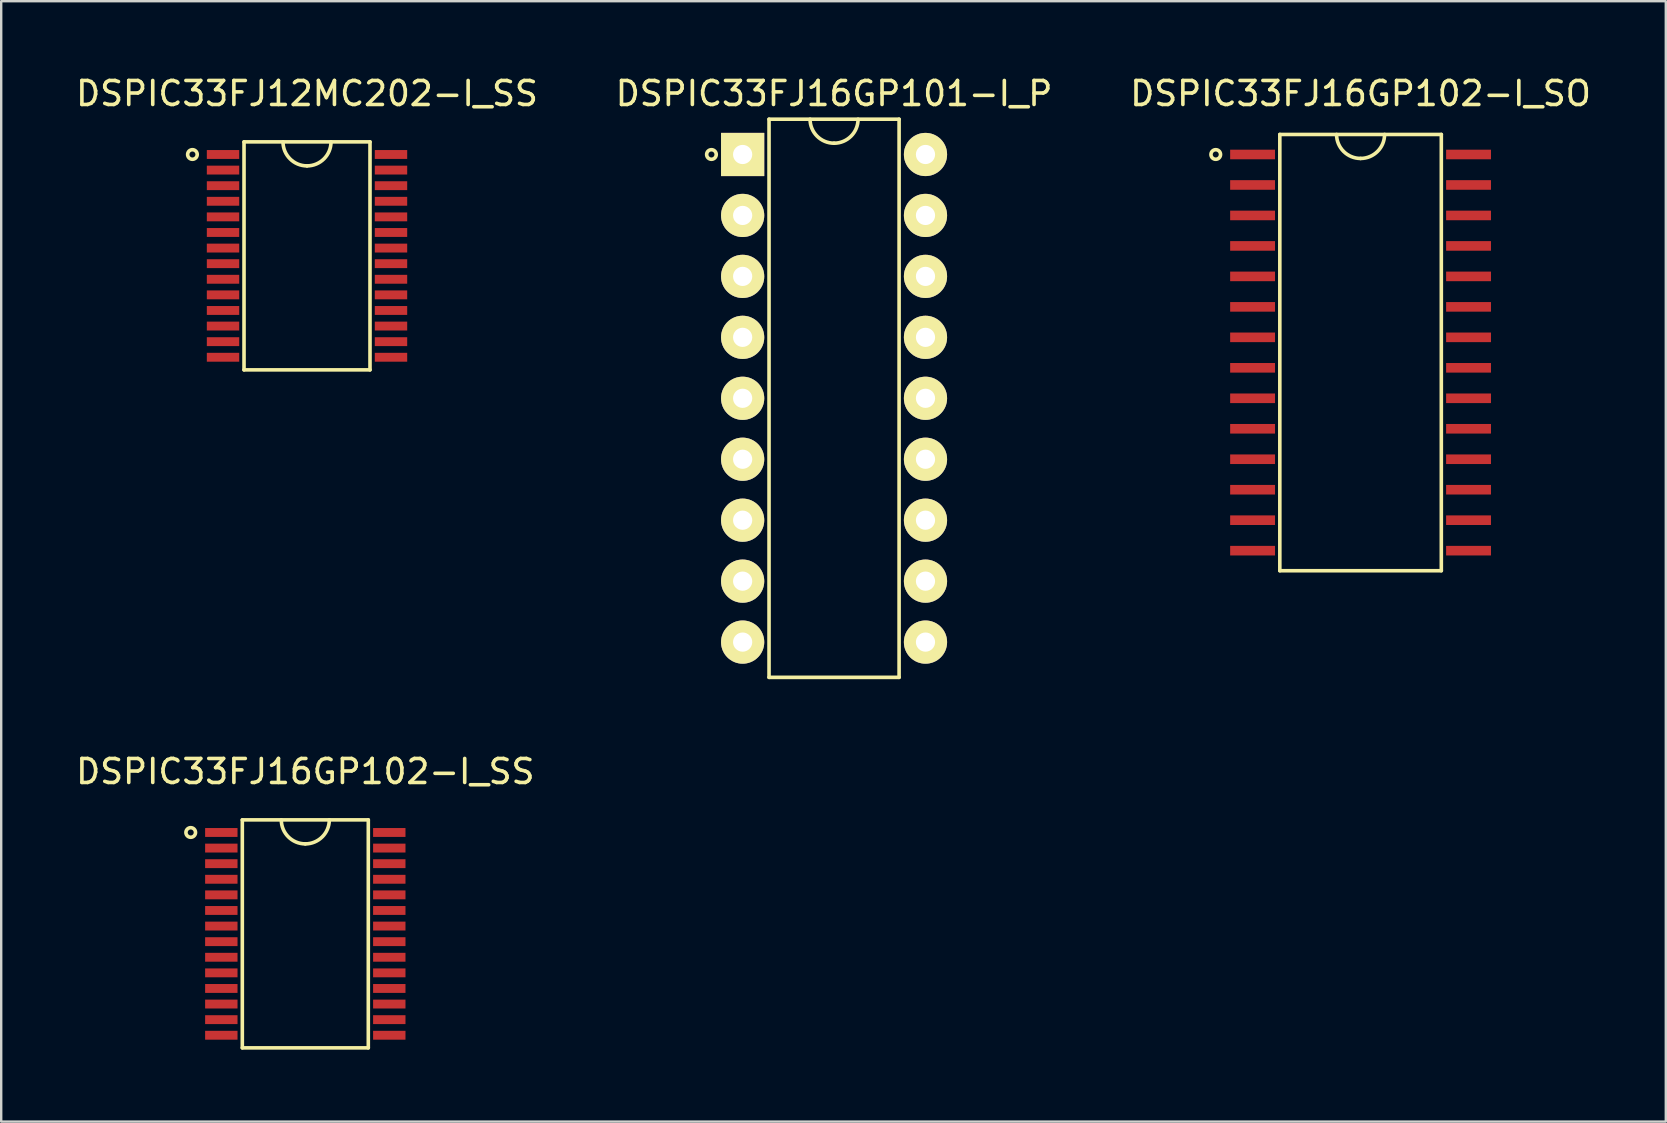
<source format=kicad_pcb>
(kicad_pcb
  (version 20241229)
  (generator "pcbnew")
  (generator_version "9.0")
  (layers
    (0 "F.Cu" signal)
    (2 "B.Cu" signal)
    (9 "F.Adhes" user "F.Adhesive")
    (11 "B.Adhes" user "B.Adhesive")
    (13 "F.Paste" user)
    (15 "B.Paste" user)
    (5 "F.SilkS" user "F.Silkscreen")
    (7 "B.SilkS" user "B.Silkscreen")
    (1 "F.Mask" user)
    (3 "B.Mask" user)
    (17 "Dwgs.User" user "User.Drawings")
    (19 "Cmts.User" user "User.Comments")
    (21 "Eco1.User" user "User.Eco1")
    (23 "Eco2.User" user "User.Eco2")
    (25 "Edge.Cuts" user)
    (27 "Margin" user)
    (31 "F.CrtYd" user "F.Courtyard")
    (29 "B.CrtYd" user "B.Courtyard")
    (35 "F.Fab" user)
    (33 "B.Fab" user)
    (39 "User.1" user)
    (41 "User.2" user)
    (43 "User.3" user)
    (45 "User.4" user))
  (footprint "DSPIC33FJ12MC202-I_SS"
    (layer "F.Cu")
    (at 6.244 3.388)
    (property "Reference" "DSPIC33FJ12MC202-I_SS" (at 3.5 -2.54 0) (layer "F.SilkS") (effects (font (size 1 1) (thickness 0.15))))
    (attr through_hole)
    (fp_line (start 0.875 -0.525) (end 6.125 -0.525) (stroke (width 0.15) (type solid)) (layer "F.SilkS"))
    (fp_line (start 0.875 8.975) (end 0.875 -0.525) (stroke (width 0.15) (type solid)) (layer "F.SilkS"))
    (fp_line (start 6.125 -0.525) (end 6.125 8.975) (stroke (width 0.15) (type solid)) (layer "F.SilkS"))
    (fp_line (start 6.125 8.975) (end 0.875 8.975) (stroke (width 0.15) (type solid)) (layer "F.SilkS"))
    (fp_arc (start 3.5 0.475) (mid 2.792893 0.182107) (end 2.5 -0.525) (stroke (width 0.15) (type solid)) (layer "F.SilkS"))
    (fp_arc (start 4.5 -0.525) (mid 4.207107 0.182107) (end 3.5 0.475) (stroke (width 0.15) (type solid)) (layer "F.SilkS"))
    (fp_circle (center -1.275 0) (end -1.275 0.2) (stroke (width 0.15) (type solid)) (fill no) (layer "F.SilkS"))
    (pad "1" smd rect (at 0 0) (size 1.35 0.37) (layers "F.Cu" "F.Mask" "F.Paste"))
    (pad "2" smd rect (at 0 0.65) (size 1.35 0.37) (layers "F.Cu" "F.Mask" "F.Paste"))
    (pad "3" smd rect (at 0 1.3) (size 1.35 0.37) (layers "F.Cu" "F.Mask" "F.Paste"))
    (pad "4" smd rect (at 0 1.95) (size 1.35 0.37) (layers "F.Cu" "F.Mask" "F.Paste"))
    (pad "5" smd rect (at 0 2.6) (size 1.35 0.37) (layers "F.Cu" "F.Mask" "F.Paste"))
    (pad "6" smd rect (at 0 3.25) (size 1.35 0.37) (layers "F.Cu" "F.Mask" "F.Paste"))
    (pad "7" smd rect (at 0 3.9) (size 1.35 0.37) (layers "F.Cu" "F.Mask" "F.Paste"))
    (pad "8" smd rect (at 0 4.55) (size 1.35 0.37) (layers "F.Cu" "F.Mask" "F.Paste"))
    (pad "9" smd rect (at 0 5.2) (size 1.35 0.37) (layers "F.Cu" "F.Mask" "F.Paste"))
    (pad "10" smd rect (at 0 5.85) (size 1.35 0.37) (layers "F.Cu" "F.Mask" "F.Paste"))
    (pad "11" smd rect (at 0 6.5) (size 1.35 0.37) (layers "F.Cu" "F.Mask" "F.Paste"))
    (pad "12" smd rect (at 0 7.15) (size 1.35 0.37) (layers "F.Cu" "F.Mask" "F.Paste"))
    (pad "13" smd rect (at 0 7.8) (size 1.35 0.37) (layers "F.Cu" "F.Mask" "F.Paste"))
    (pad "14" smd rect (at 0 8.45) (size 1.35 0.37) (layers "F.Cu" "F.Mask" "F.Paste"))
    (pad "15" smd rect (at 7 8.45) (size 1.35 0.37) (layers "F.Cu" "F.Mask" "F.Paste"))
    (pad "16" smd rect (at 7 7.8) (size 1.35 0.37) (layers "F.Cu" "F.Mask" "F.Paste"))
    (pad "17" smd rect (at 7 7.15) (size 1.35 0.37) (layers "F.Cu" "F.Mask" "F.Paste"))
    (pad "18" smd rect (at 7 6.5) (size 1.35 0.37) (layers "F.Cu" "F.Mask" "F.Paste"))
    (pad "19" smd rect (at 7 5.85) (size 1.35 0.37) (layers "F.Cu" "F.Mask" "F.Paste"))
    (pad "20" smd rect (at 7 5.2) (size 1.35 0.37) (layers "F.Cu" "F.Mask" "F.Paste"))
    (pad "21" smd rect (at 7 4.55) (size 1.35 0.37) (layers "F.Cu" "F.Mask" "F.Paste"))
    (pad "22" smd rect (at 7 3.9) (size 1.35 0.37) (layers "F.Cu" "F.Mask" "F.Paste"))
    (pad "23" smd rect (at 7 3.25) (size 1.35 0.37) (layers "F.Cu" "F.Mask" "F.Paste"))
    (pad "24" smd rect (at 7 2.6) (size 1.35 0.37) (layers "F.Cu" "F.Mask" "F.Paste"))
    (pad "25" smd rect (at 7 1.95) (size 1.35 0.37) (layers "F.Cu" "F.Mask" "F.Paste"))
    (pad "26" smd rect (at 7 1.3) (size 1.35 0.37) (layers "F.Cu" "F.Mask" "F.Paste"))
    (pad "27" smd rect (at 7 0.65) (size 1.35 0.37) (layers "F.Cu" "F.Mask" "F.Paste"))
    (pad "28" smd rect (at 7 0) (size 1.35 0.37) (layers "F.Cu" "F.Mask" "F.Paste")))
  (footprint "DSPIC33FJ16GP102-I_SS"
    (layer "F.Cu")
    (at 6.173 31.642)
    (property "Reference" "DSPIC33FJ16GP102-I_SS" (at 3.5 -2.54 0) (layer "F.SilkS") (effects (font (size 1 1) (thickness 0.15))))
    (attr through_hole)
    (fp_line (start 0.875 -0.525) (end 6.125 -0.525) (stroke (width 0.15) (type solid)) (layer "F.SilkS"))
    (fp_line (start 0.875 8.975) (end 0.875 -0.525) (stroke (width 0.15) (type solid)) (layer "F.SilkS"))
    (fp_line (start 6.125 -0.525) (end 6.125 8.975) (stroke (width 0.15) (type solid)) (layer "F.SilkS"))
    (fp_line (start 6.125 8.975) (end 0.875 8.975) (stroke (width 0.15) (type solid)) (layer "F.SilkS"))
    (fp_arc (start 3.5 0.475) (mid 2.792893 0.182107) (end 2.5 -0.525) (stroke (width 0.15) (type solid)) (layer "F.SilkS"))
    (fp_arc (start 4.5 -0.525) (mid 4.207107 0.182107) (end 3.5 0.475) (stroke (width 0.15) (type solid)) (layer "F.SilkS"))
    (fp_circle (center -1.275 0) (end -1.275 0.2) (stroke (width 0.15) (type solid)) (fill no) (layer "F.SilkS"))
    (pad "1" smd rect (at 0 0) (size 1.35 0.37) (layers "F.Cu" "F.Mask" "F.Paste"))
    (pad "2" smd rect (at 0 0.65) (size 1.35 0.37) (layers "F.Cu" "F.Mask" "F.Paste"))
    (pad "3" smd rect (at 0 1.3) (size 1.35 0.37) (layers "F.Cu" "F.Mask" "F.Paste"))
    (pad "4" smd rect (at 0 1.95) (size 1.35 0.37) (layers "F.Cu" "F.Mask" "F.Paste"))
    (pad "5" smd rect (at 0 2.6) (size 1.35 0.37) (layers "F.Cu" "F.Mask" "F.Paste"))
    (pad "6" smd rect (at 0 3.25) (size 1.35 0.37) (layers "F.Cu" "F.Mask" "F.Paste"))
    (pad "7" smd rect (at 0 3.9) (size 1.35 0.37) (layers "F.Cu" "F.Mask" "F.Paste"))
    (pad "8" smd rect (at 0 4.55) (size 1.35 0.37) (layers "F.Cu" "F.Mask" "F.Paste"))
    (pad "9" smd rect (at 0 5.2) (size 1.35 0.37) (layers "F.Cu" "F.Mask" "F.Paste"))
    (pad "10" smd rect (at 0 5.85) (size 1.35 0.37) (layers "F.Cu" "F.Mask" "F.Paste"))
    (pad "11" smd rect (at 0 6.5) (size 1.35 0.37) (layers "F.Cu" "F.Mask" "F.Paste"))
    (pad "12" smd rect (at 0 7.15) (size 1.35 0.37) (layers "F.Cu" "F.Mask" "F.Paste"))
    (pad "13" smd rect (at 0 7.8) (size 1.35 0.37) (layers "F.Cu" "F.Mask" "F.Paste"))
    (pad "14" smd rect (at 0 8.45) (size 1.35 0.37) (layers "F.Cu" "F.Mask" "F.Paste"))
    (pad "15" smd rect (at 7 8.45) (size 1.35 0.37) (layers "F.Cu" "F.Mask" "F.Paste"))
    (pad "16" smd rect (at 7 7.8) (size 1.35 0.37) (layers "F.Cu" "F.Mask" "F.Paste"))
    (pad "17" smd rect (at 7 7.15) (size 1.35 0.37) (layers "F.Cu" "F.Mask" "F.Paste"))
    (pad "18" smd rect (at 7 6.5) (size 1.35 0.37) (layers "F.Cu" "F.Mask" "F.Paste"))
    (pad "19" smd rect (at 7 5.85) (size 1.35 0.37) (layers "F.Cu" "F.Mask" "F.Paste"))
    (pad "20" smd rect (at 7 5.2) (size 1.35 0.37) (layers "F.Cu" "F.Mask" "F.Paste"))
    (pad "21" smd rect (at 7 4.55) (size 1.35 0.37) (layers "F.Cu" "F.Mask" "F.Paste"))
    (pad "22" smd rect (at 7 3.9) (size 1.35 0.37) (layers "F.Cu" "F.Mask" "F.Paste"))
    (pad "23" smd rect (at 7 3.25) (size 1.35 0.37) (layers "F.Cu" "F.Mask" "F.Paste"))
    (pad "24" smd rect (at 7 2.6) (size 1.35 0.37) (layers "F.Cu" "F.Mask" "F.Paste"))
    (pad "25" smd rect (at 7 1.95) (size 1.35 0.37) (layers "F.Cu" "F.Mask" "F.Paste"))
    (pad "26" smd rect (at 7 1.3) (size 1.35 0.37) (layers "F.Cu" "F.Mask" "F.Paste"))
    (pad "27" smd rect (at 7 0.65) (size 1.35 0.37) (layers "F.Cu" "F.Mask" "F.Paste"))
    (pad "28" smd rect (at 7 0) (size 1.35 0.37) (layers "F.Cu" "F.Mask" "F.Paste")))
  (footprint "DSPIC33FJ16GP102-I_SO"
    (layer "F.Cu")
    (at 49.149 3.388)
    (property "Reference" "DSPIC33FJ16GP102-I_SO" (at 4.5 -2.54 0) (layer "F.SilkS") (effects (font (size 1 1) (thickness 0.15))))
    (attr through_hole)
    (fp_line (start 1.135 -0.835) (end 7.865 -0.835) (stroke (width 0.15) (type solid)) (layer "F.SilkS"))
    (fp_line (start 1.135 17.345) (end 1.135 -0.835) (stroke (width 0.15) (type solid)) (layer "F.SilkS"))
    (fp_line (start 7.865 -0.835) (end 7.865 17.345) (stroke (width 0.15) (type solid)) (layer "F.SilkS"))
    (fp_line (start 7.865 17.345) (end 1.135 17.345) (stroke (width 0.15) (type solid)) (layer "F.SilkS"))
    (fp_arc (start 4.5 0.165) (mid 3.792893 -0.127893) (end 3.5 -0.835) (stroke (width 0.15) (type solid)) (layer "F.SilkS"))
    (fp_arc (start 5.5 -0.835) (mid 5.207107 -0.127893) (end 4.5 0.165) (stroke (width 0.15) (type solid)) (layer "F.SilkS"))
    (fp_circle (center -1.535 0) (end -1.535 0.2) (stroke (width 0.15) (type solid)) (fill no) (layer "F.SilkS"))
    (pad "1" smd rect (at 0 0) (size 1.87 0.4) (layers "F.Cu" "F.Mask" "F.Paste"))
    (pad "2" smd rect (at 0 1.27) (size 1.87 0.4) (layers "F.Cu" "F.Mask" "F.Paste"))
    (pad "3" smd rect (at 0 2.54) (size 1.87 0.4) (layers "F.Cu" "F.Mask" "F.Paste"))
    (pad "4" smd rect (at 0 3.81) (size 1.87 0.4) (layers "F.Cu" "F.Mask" "F.Paste"))
    (pad "5" smd rect (at 0 5.08) (size 1.87 0.4) (layers "F.Cu" "F.Mask" "F.Paste"))
    (pad "6" smd rect (at 0 6.35) (size 1.87 0.4) (layers "F.Cu" "F.Mask" "F.Paste"))
    (pad "7" smd rect (at 0 7.62) (size 1.87 0.4) (layers "F.Cu" "F.Mask" "F.Paste"))
    (pad "8" smd rect (at 0 8.89) (size 1.87 0.4) (layers "F.Cu" "F.Mask" "F.Paste"))
    (pad "9" smd rect (at 0 10.16) (size 1.87 0.4) (layers "F.Cu" "F.Mask" "F.Paste"))
    (pad "10" smd rect (at 0 11.43) (size 1.87 0.4) (layers "F.Cu" "F.Mask" "F.Paste"))
    (pad "11" smd rect (at 0 12.7) (size 1.87 0.4) (layers "F.Cu" "F.Mask" "F.Paste"))
    (pad "12" smd rect (at 0 13.97) (size 1.87 0.4) (layers "F.Cu" "F.Mask" "F.Paste"))
    (pad "13" smd rect (at 0 15.24) (size 1.87 0.4) (layers "F.Cu" "F.Mask" "F.Paste"))
    (pad "14" smd rect (at 0 16.51) (size 1.87 0.4) (layers "F.Cu" "F.Mask" "F.Paste"))
    (pad "15" smd rect (at 9 16.51) (size 1.87 0.4) (layers "F.Cu" "F.Mask" "F.Paste"))
    (pad "16" smd rect (at 9 15.24) (size 1.87 0.4) (layers "F.Cu" "F.Mask" "F.Paste"))
    (pad "17" smd rect (at 9 13.97) (size 1.87 0.4) (layers "F.Cu" "F.Mask" "F.Paste"))
    (pad "18" smd rect (at 9 12.7) (size 1.87 0.4) (layers "F.Cu" "F.Mask" "F.Paste"))
    (pad "19" smd rect (at 9 11.43) (size 1.87 0.4) (layers "F.Cu" "F.Mask" "F.Paste"))
    (pad "20" smd rect (at 9 10.16) (size 1.87 0.4) (layers "F.Cu" "F.Mask" "F.Paste"))
    (pad "21" smd rect (at 9 8.89) (size 1.87 0.4) (layers "F.Cu" "F.Mask" "F.Paste"))
    (pad "22" smd rect (at 9 7.62) (size 1.87 0.4) (layers "F.Cu" "F.Mask" "F.Paste"))
    (pad "23" smd rect (at 9 6.35) (size 1.87 0.4) (layers "F.Cu" "F.Mask" "F.Paste"))
    (pad "24" smd rect (at 9 5.08) (size 1.87 0.4) (layers "F.Cu" "F.Mask" "F.Paste"))
    (pad "25" smd rect (at 9 3.81) (size 1.87 0.4) (layers "F.Cu" "F.Mask" "F.Paste"))
    (pad "26" smd rect (at 9 2.54) (size 1.87 0.4) (layers "F.Cu" "F.Mask" "F.Paste"))
    (pad "27" smd rect (at 9 1.27) (size 1.87 0.4) (layers "F.Cu" "F.Mask" "F.Paste"))
    (pad "28" smd rect (at 9 0) (size 1.87 0.4) (layers "F.Cu" "F.Mask" "F.Paste")))
  (footprint "DSPIC33FJ16GP101-I_P"
    (layer "F.Cu")
    (at 27.898 3.388)
    (property "Reference" "DSPIC33FJ16GP101-I_P" (at 3.81 -2.54 0) (layer "F.SilkS") (effects (font (size 1 1) (thickness 0.15))))
    (attr through_hole)
    (fp_line (start 1.1 -1.47) (end 6.52 -1.47) (stroke (width 0.15) (type solid)) (layer "F.SilkS"))
    (fp_line (start 1.1 21.79) (end 1.1 -1.47) (stroke (width 0.15) (type solid)) (layer "F.SilkS"))
    (fp_line (start 6.52 -1.47) (end 6.52 21.79) (stroke (width 0.15) (type solid)) (layer "F.SilkS"))
    (fp_line (start 6.52 21.79) (end 1.1 21.79) (stroke (width 0.15) (type solid)) (layer "F.SilkS"))
    (fp_arc (start 3.81 -0.47) (mid 3.102893 -0.762893) (end 2.81 -1.47) (stroke (width 0.15) (type solid)) (layer "F.SilkS"))
    (fp_arc (start 4.81 -1.47) (mid 4.517107 -0.762893) (end 3.81 -0.47) (stroke (width 0.15) (type solid)) (layer "F.SilkS"))
    (fp_circle (center -1.3 0) (end -1.3 0.2) (stroke (width 0.15) (type solid)) (fill no) (layer "F.SilkS"))
    (pad "1" thru_hole rect (at 0 0) (size 1.8 1.8) (drill 0.8) (layers "*.Cu" "*.Mask" "F.SilkS"))
    (pad "2" thru_hole circle (at 0 2.54) (size 1.8 1.8) (drill 0.8) (layers "*.Cu" "*.Mask" "F.SilkS"))
    (pad "3" thru_hole circle (at 0 5.08) (size 1.8 1.8) (drill 0.8) (layers "*.Cu" "*.Mask" "F.SilkS"))
    (pad "4" thru_hole circle (at 0 7.62) (size 1.8 1.8) (drill 0.8) (layers "*.Cu" "*.Mask" "F.SilkS"))
    (pad "5" thru_hole circle (at 0 10.16) (size 1.8 1.8) (drill 0.8) (layers "*.Cu" "*.Mask" "F.SilkS"))
    (pad "6" thru_hole circle (at 0 12.7) (size 1.8 1.8) (drill 0.8) (layers "*.Cu" "*.Mask" "F.SilkS"))
    (pad "7" thru_hole circle (at 0 15.24) (size 1.8 1.8) (drill 0.8) (layers "*.Cu" "*.Mask" "F.SilkS"))
    (pad "8" thru_hole circle (at 0 17.78) (size 1.8 1.8) (drill 0.8) (layers "*.Cu" "*.Mask" "F.SilkS"))
    (pad "9" thru_hole circle (at 0 20.32) (size 1.8 1.8) (drill 0.8) (layers "*.Cu" "*.Mask" "F.SilkS"))
    (pad "10" thru_hole circle (at 7.62 20.32) (size 1.8 1.8) (drill 0.8) (layers "*.Cu" "*.Mask" "F.SilkS"))
    (pad "11" thru_hole circle (at 7.62 17.78) (size 1.8 1.8) (drill 0.8) (layers "*.Cu" "*.Mask" "F.SilkS"))
    (pad "12" thru_hole circle (at 7.62 15.24) (size 1.8 1.8) (drill 0.8) (layers "*.Cu" "*.Mask" "F.SilkS"))
    (pad "13" thru_hole circle (at 7.62 12.7) (size 1.8 1.8) (drill 0.8) (layers "*.Cu" "*.Mask" "F.SilkS"))
    (pad "14" thru_hole circle (at 7.62 10.16) (size 1.8 1.8) (drill 0.8) (layers "*.Cu" "*.Mask" "F.SilkS"))
    (pad "15" thru_hole circle (at 7.62 7.62) (size 1.8 1.8) (drill 0.8) (layers "*.Cu" "*.Mask" "F.SilkS"))
    (pad "16" thru_hole circle (at 7.62 5.08) (size 1.8 1.8) (drill 0.8) (layers "*.Cu" "*.Mask" "F.SilkS"))
    (pad "17" thru_hole circle (at 7.62 2.54) (size 1.8 1.8) (drill 0.8) (layers "*.Cu" "*.Mask" "F.SilkS"))
    (pad "18" thru_hole circle (at 7.62 0) (size 1.8 1.8) (drill 0.8) (layers "*.Cu" "*.Mask" "F.SilkS")))
  (gr_rect
    (start -3 -3)
    (end 66.369 43.691)
    (stroke (width 0.1) (type default))
    (fill no)
    (layer "Edge.Cuts")))
</source>
